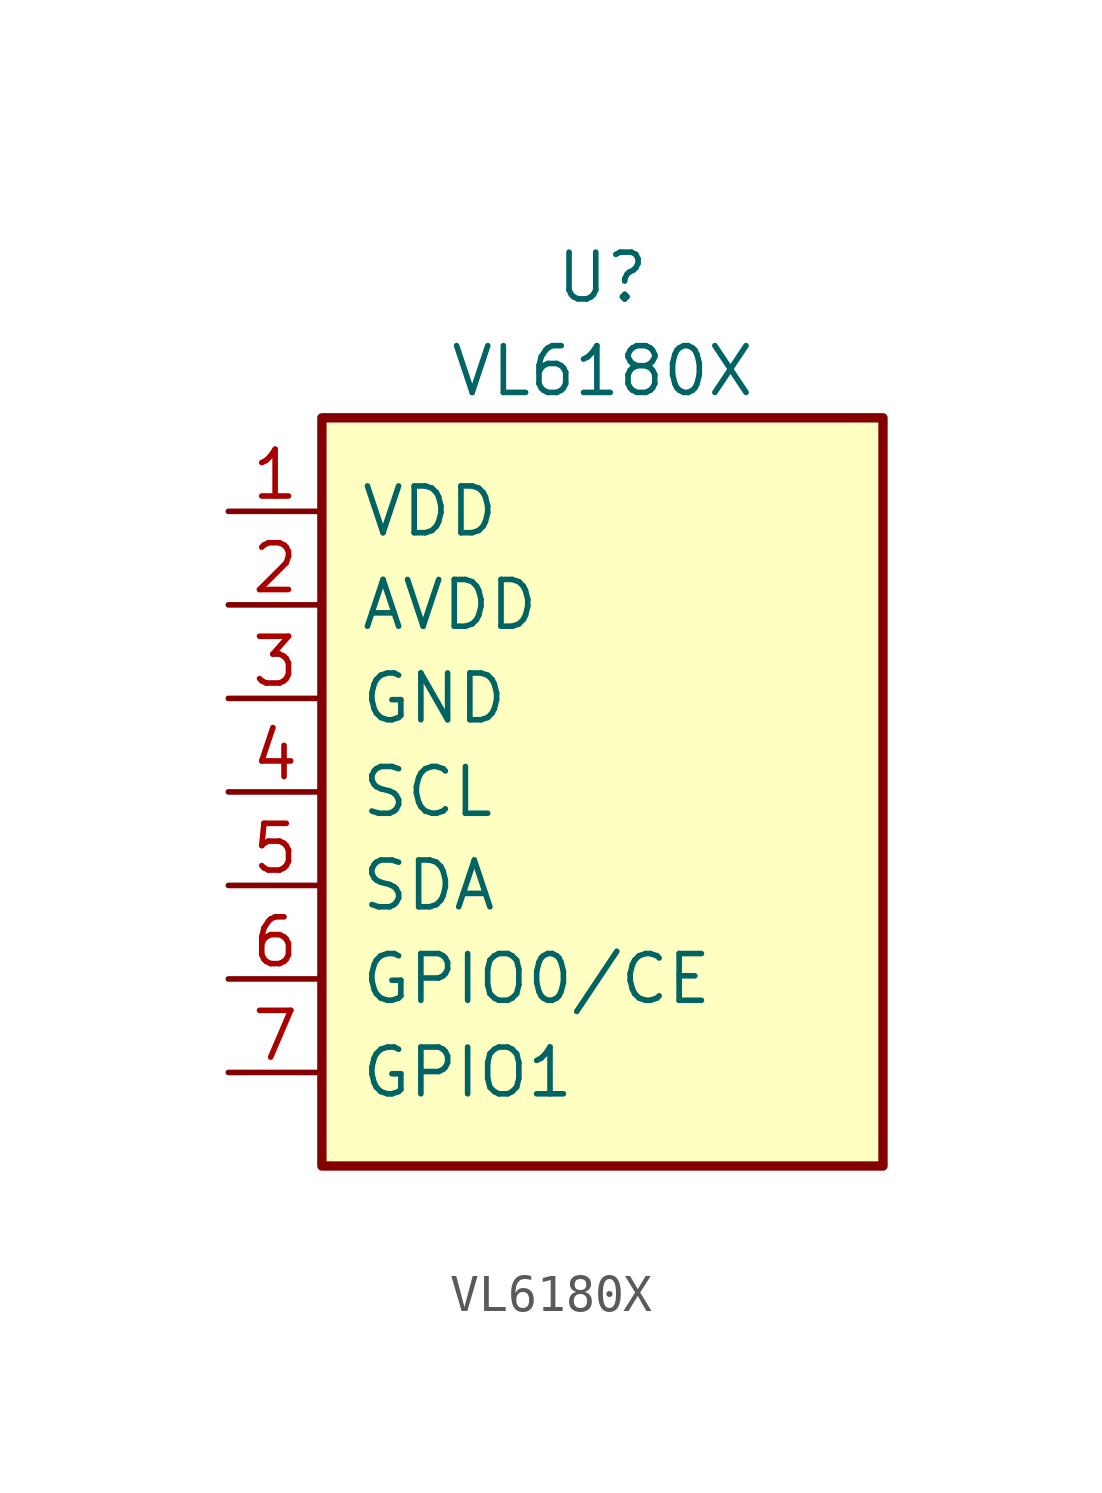
<source format=kicad_sym>
(kicad_symbol_lib
  (version 20220914)
  (generator kicad_symbol_editor)
  (symbol "VL6180X"
    (pin_names
      (offset 1.016))
    (property "Reference" "U"
      (at 0 13.97 0)
      (effects (font (size 1.27 1.27))))
    (property "Value" "VL6180X"
      (at 0 11.43 0)
      (effects (font (size 1.27 1.27))))
    (symbol "VL6180X_0_1"
      (rectangle (start -7.62 10.16) (end 7.62 -10.16) (stroke (width 0.254) (type default)) (fill (type background))))
    (symbol "VL6180X_1_1"
      (pin power_in line (at -10.16 7.62 0) (length 2.54) (name "VDD" (effects (font (size 1.27 1.27)))) (number "1" (effects (font (size 1.27 1.27)))))
      (pin power_in line (at -10.16 5.08 0) (length 2.54) (name "AVDD" (effects (font (size 1.27 1.27)))) (number "2" (effects (font (size 1.27 1.27)))))
      (pin power_in line (at -10.16 2.54 0) (length 2.54) (name "GND" (effects (font (size 1.27 1.27)))) (number "3" (effects (font (size 1.27 1.27)))))
      (pin bidirectional line (at -10.16 0 0) (length 2.54) (name "SCL" (effects (font (size 1.27 1.27)))) (number "4" (effects (font (size 1.27 1.27)))))
      (pin bidirectional line (at -10.16 -2.54 0) (length 2.54) (name "SDA" (effects (font (size 1.27 1.27)))) (number "5" (effects (font (size 1.27 1.27)))))
      (pin input line (at -10.16 -5.08 0) (length 2.54) (name "GPIO0/CE" (effects (font (size 1.27 1.27)))) (number "6" (effects (font (size 1.27 1.27)))))
      (pin output line (at -10.16 -7.62 0) (length 2.54) (name "GPIO1" (effects (font (size 1.27 1.27)))) (number "7" (effects (font (size 1.27 1.27))))))))
</source>
